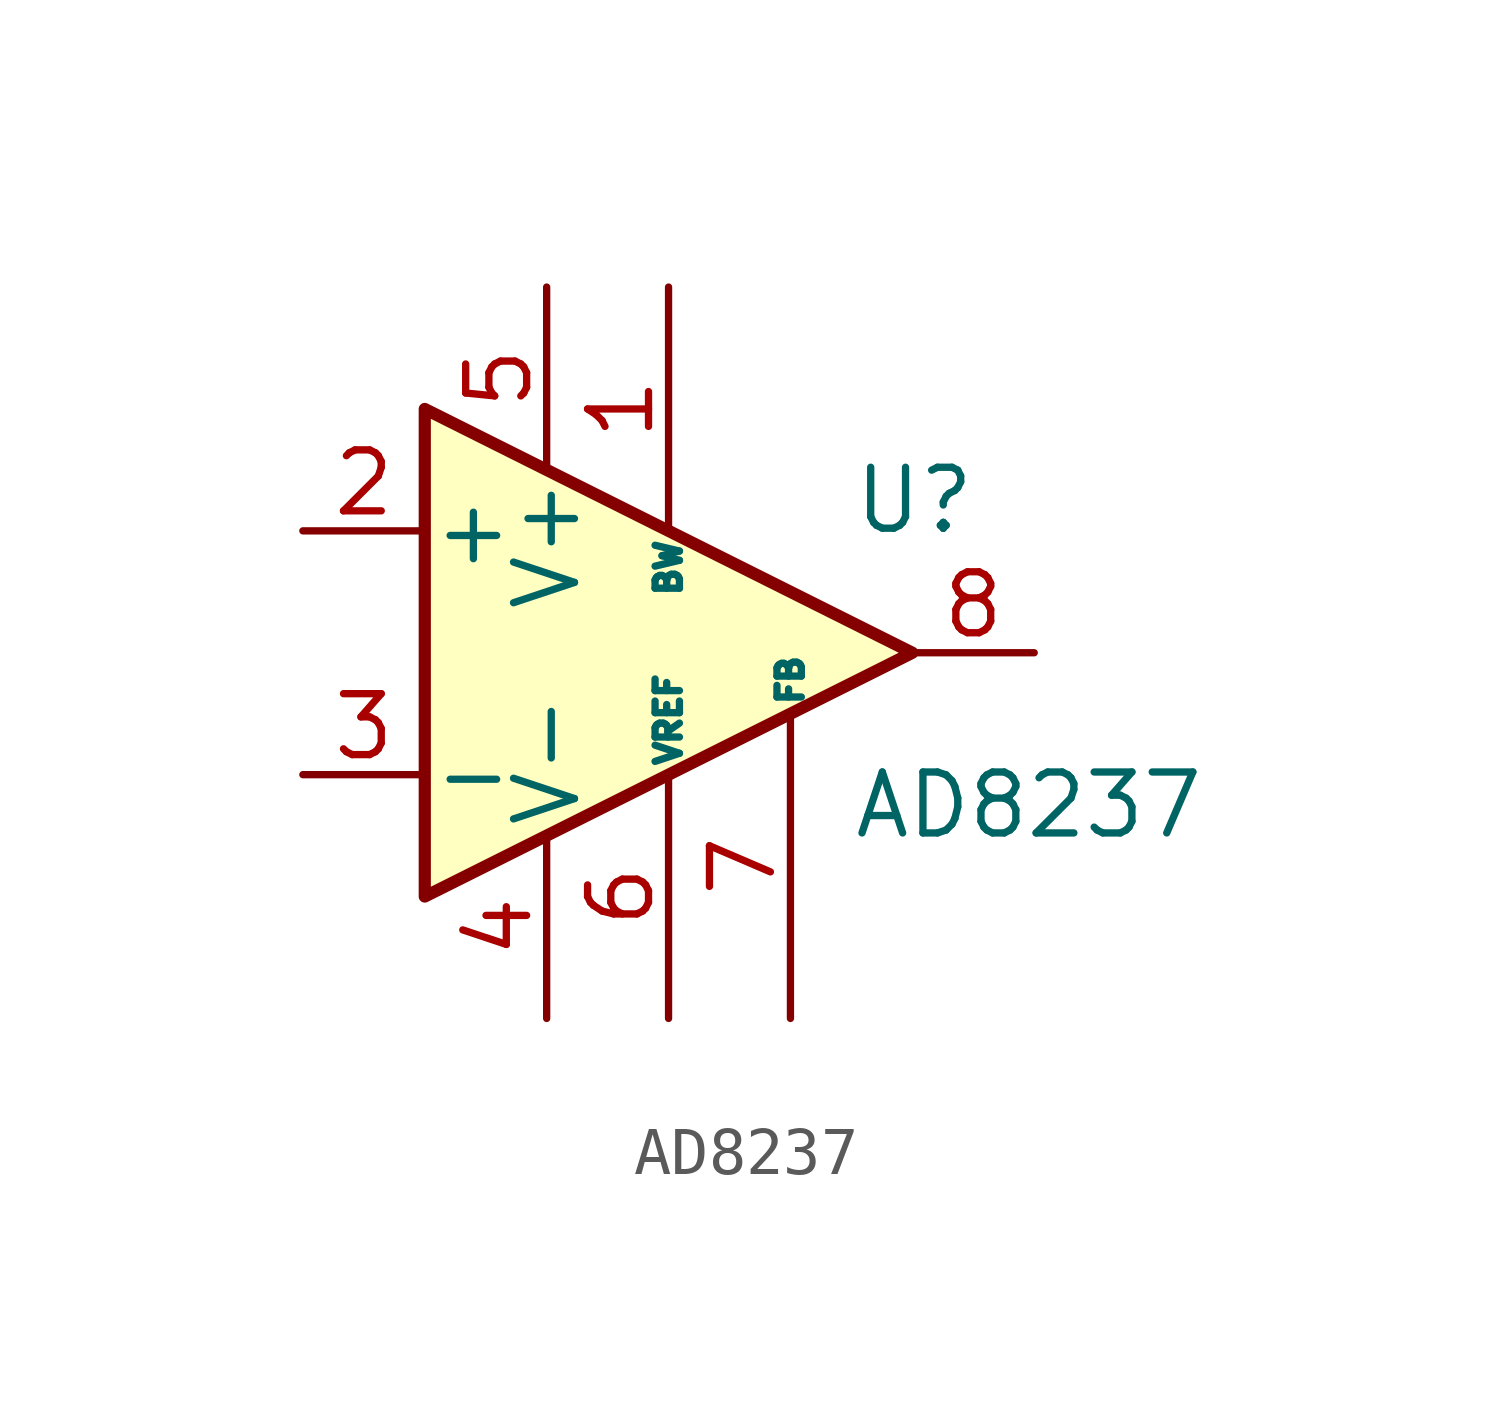
<source format=kicad_sym>
(kicad_symbol_lib
  (version 20220914)
  (generator kicad_symbol_editor)
  (symbol "AD8237"
    (pin_names
      (offset 0.127))
    (property "Reference" "U"
      (at 3.81 3.175 0)
      (effects (font (size 1.27 1.27)) (justify left)))
    (property "Value" "AD8237"
      (at 3.81 -3.175 0)
      (effects (font (size 1.27 1.27)) (justify left)))
    (symbol "AD8237_0_1"
      (polyline (pts (xy 5.08 0) (xy -5.08 5.08) (xy -5.08 -5.08) (xy 5.08 0)) (stroke (width 0.254) (type default)) (fill (type background))))
    (symbol "AD8237_1_1"
      (pin passive line (at 0 7.62 270) (length 5.08) (name "BW" (effects (font (size 0.508 0.508)))) (number "1" (effects (font (size 1.27 1.27)))))
      (pin input line (at -7.62 2.54 0) (length 2.54) (name "+" (effects (font (size 1.27 1.27)))) (number "2" (effects (font (size 1.27 1.27)))))
      (pin input line (at -7.62 -2.54 0) (length 2.54) (name "-" (effects (font (size 1.27 1.27)))) (number "3" (effects (font (size 1.27 1.27)))))
      (pin power_in line (at -2.54 -7.62 90) (length 3.81) (name "V-" (effects (font (size 1.27 1.27)))) (number "4" (effects (font (size 1.27 1.27)))))
      (pin power_in line (at -2.54 7.62 270) (length 3.81) (name "V+" (effects (font (size 1.27 1.27)))) (number "5" (effects (font (size 1.27 1.27)))))
      (pin passive line (at 0 -7.62 90) (length 5.08) (name "VREF" (effects (font (size 0.508 0.508)))) (number "6" (effects (font (size 1.27 1.27)))))
      (pin passive line (at 2.54 -7.62 90) (length 6.35) (name "FB" (effects (font (size 0.508 0.508)))) (number "7" (effects (font (size 1.27 1.27)))))
      (pin output line (at 7.62 0 180) (length 2.54) (name "~" (effects (font (size 1.27 1.27)))) (number "8" (effects (font (size 1.27 1.27))))))))
</source>
